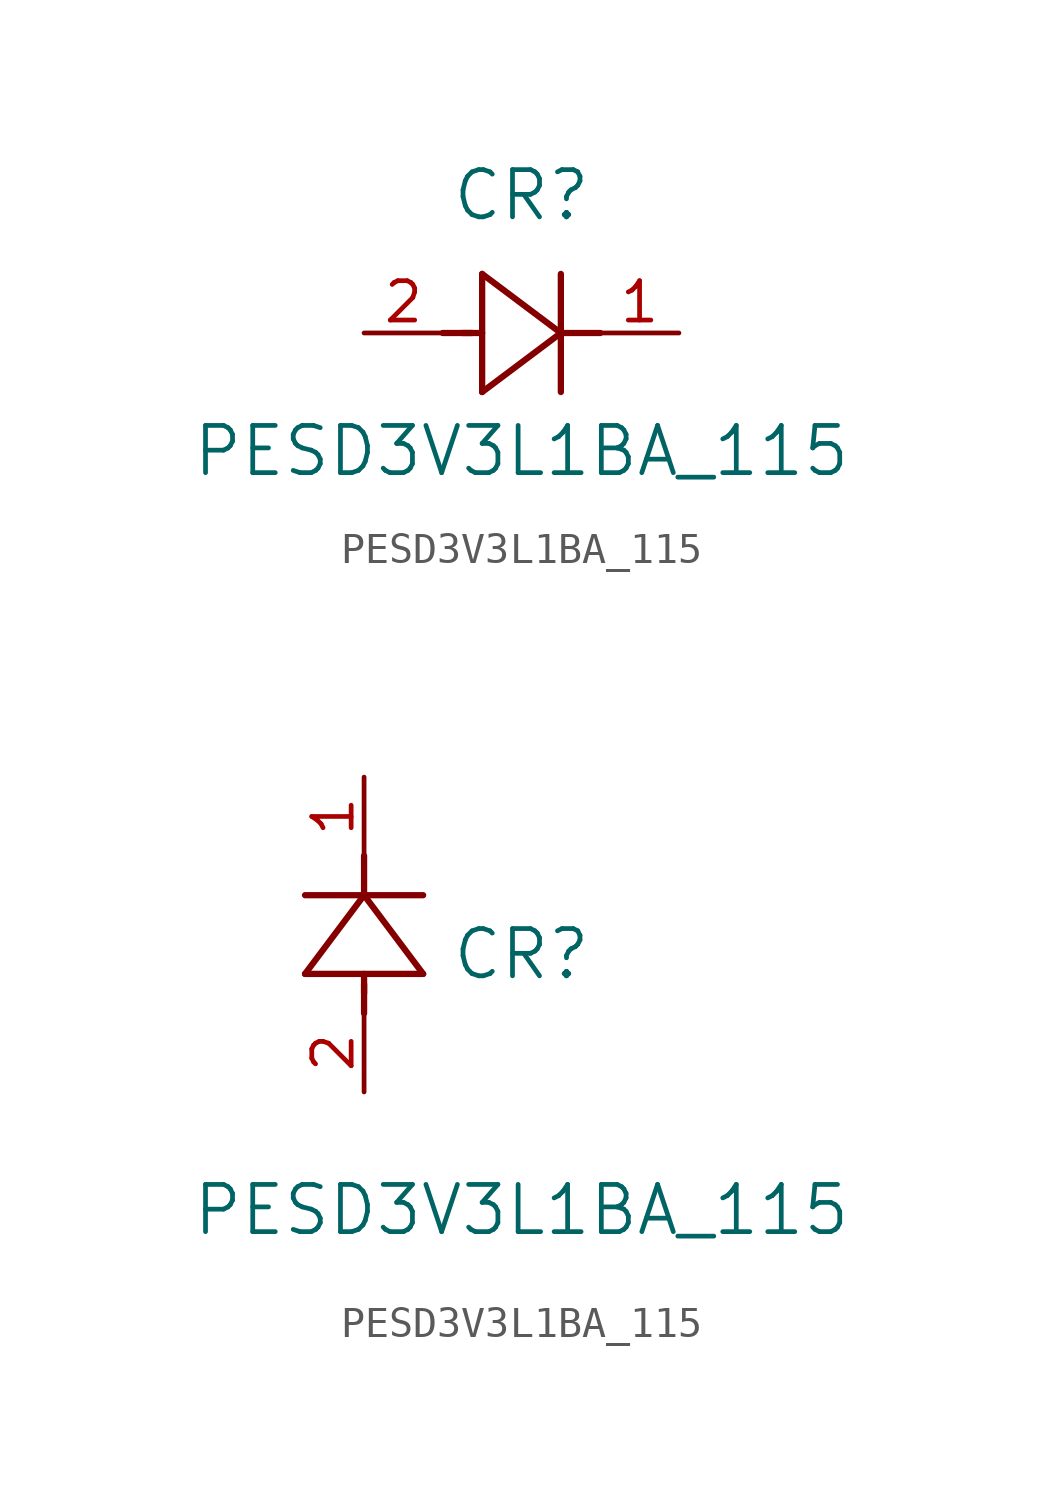
<source format=kicad_sym>
(kicad_symbol_lib
  (version 20211014)
  (generator kicad_symbol_editor)
  (symbol "PESD3V3L1BA_115"
    (pin_names
      (offset 0.254))
    (property "Reference" "CR"
      (at 5.08 4.445 0)
      (effects (font (size 1.524 1.524))))
    (property "Value" "PESD3V3L1BA_115"
      (at 5.08 -3.81 0)
      (effects (font (size 1.524 1.524))))
    (symbol "PESD3V3L1BA_115_1_1"
      (polyline (pts (xy 2.54 0) (xy 3.48 0)) (stroke (width 0.203) (type default) (color 0 0 0 0)) (fill (type none)))
      (polyline (pts (xy 3.81 1.905) (xy 3.81 -1.905)) (stroke (width 0.203) (type default) (color 0 0 0 0)) (fill (type none)))
      (polyline (pts (xy 3.175 0) (xy 3.81 0)) (stroke (width 0.203) (type default) (color 0 0 0 0)) (fill (type none)))
      (polyline (pts (xy 6.35 -1.905) (xy 6.35 1.905)) (stroke (width 0.203) (type default) (color 0 0 0 0)) (fill (type none)))
      (polyline (pts (xy 6.35 0) (xy 7.62 0)) (stroke (width 0.203) (type default) (color 0 0 0 0)) (fill (type none)))
      (polyline (pts (xy 6.35 0) (xy 3.81 1.905)) (stroke (width 0.203) (type default) (color 0 0 0 0)) (fill (type none)))
      (polyline (pts (xy 3.81 -1.905) (xy 6.35 0)) (stroke (width 0.203) (type default) (color 0 0 0 0)) (fill (type none)))
      (pin unspecified line (at 0 0 0) (length 2.54) (name "" (effects (font (size 1.27 1.27)))) (number "2" (effects (font (size 1.27 1.27)))))
      (pin unspecified line (at 10.16 0 180) (length 2.54) (name "" (effects (font (size 1.27 1.27)))) (number "1" (effects (font (size 1.27 1.27))))))
    (symbol "PESD3V3L1BA_115_1_2"
      (polyline (pts (xy 0 2.54) (xy 0 3.48)) (stroke (width 0.203) (type default) (color 0 0 0 0)) (fill (type none)))
      (polyline (pts (xy -1.905 3.81) (xy 1.905 3.81)) (stroke (width 0.203) (type default) (color 0 0 0 0)) (fill (type none)))
      (polyline (pts (xy 0 3.175) (xy 0 3.81)) (stroke (width 0.203) (type default) (color 0 0 0 0)) (fill (type none)))
      (polyline (pts (xy 1.905 6.35) (xy -1.905 6.35)) (stroke (width 0.203) (type default) (color 0 0 0 0)) (fill (type none)))
      (polyline (pts (xy 0 6.35) (xy 0 7.62)) (stroke (width 0.203) (type default) (color 0 0 0 0)) (fill (type none)))
      (polyline (pts (xy 0 6.35) (xy -1.905 3.81)) (stroke (width 0.203) (type default) (color 0 0 0 0)) (fill (type none)))
      (polyline (pts (xy 1.905 3.81) (xy 0 6.35)) (stroke (width 0.203) (type default) (color 0 0 0 0)) (fill (type none)))
      (pin unspecified line (at 0 0 90) (length 2.54) (name "" (effects (font (size 1.27 1.27)))) (number "2" (effects (font (size 1.27 1.27)))))
      (pin unspecified line (at 0 10.16 270) (length 2.54) (name "" (effects (font (size 1.27 1.27)))) (number "1" (effects (font (size 1.27 1.27))))))))
</source>
